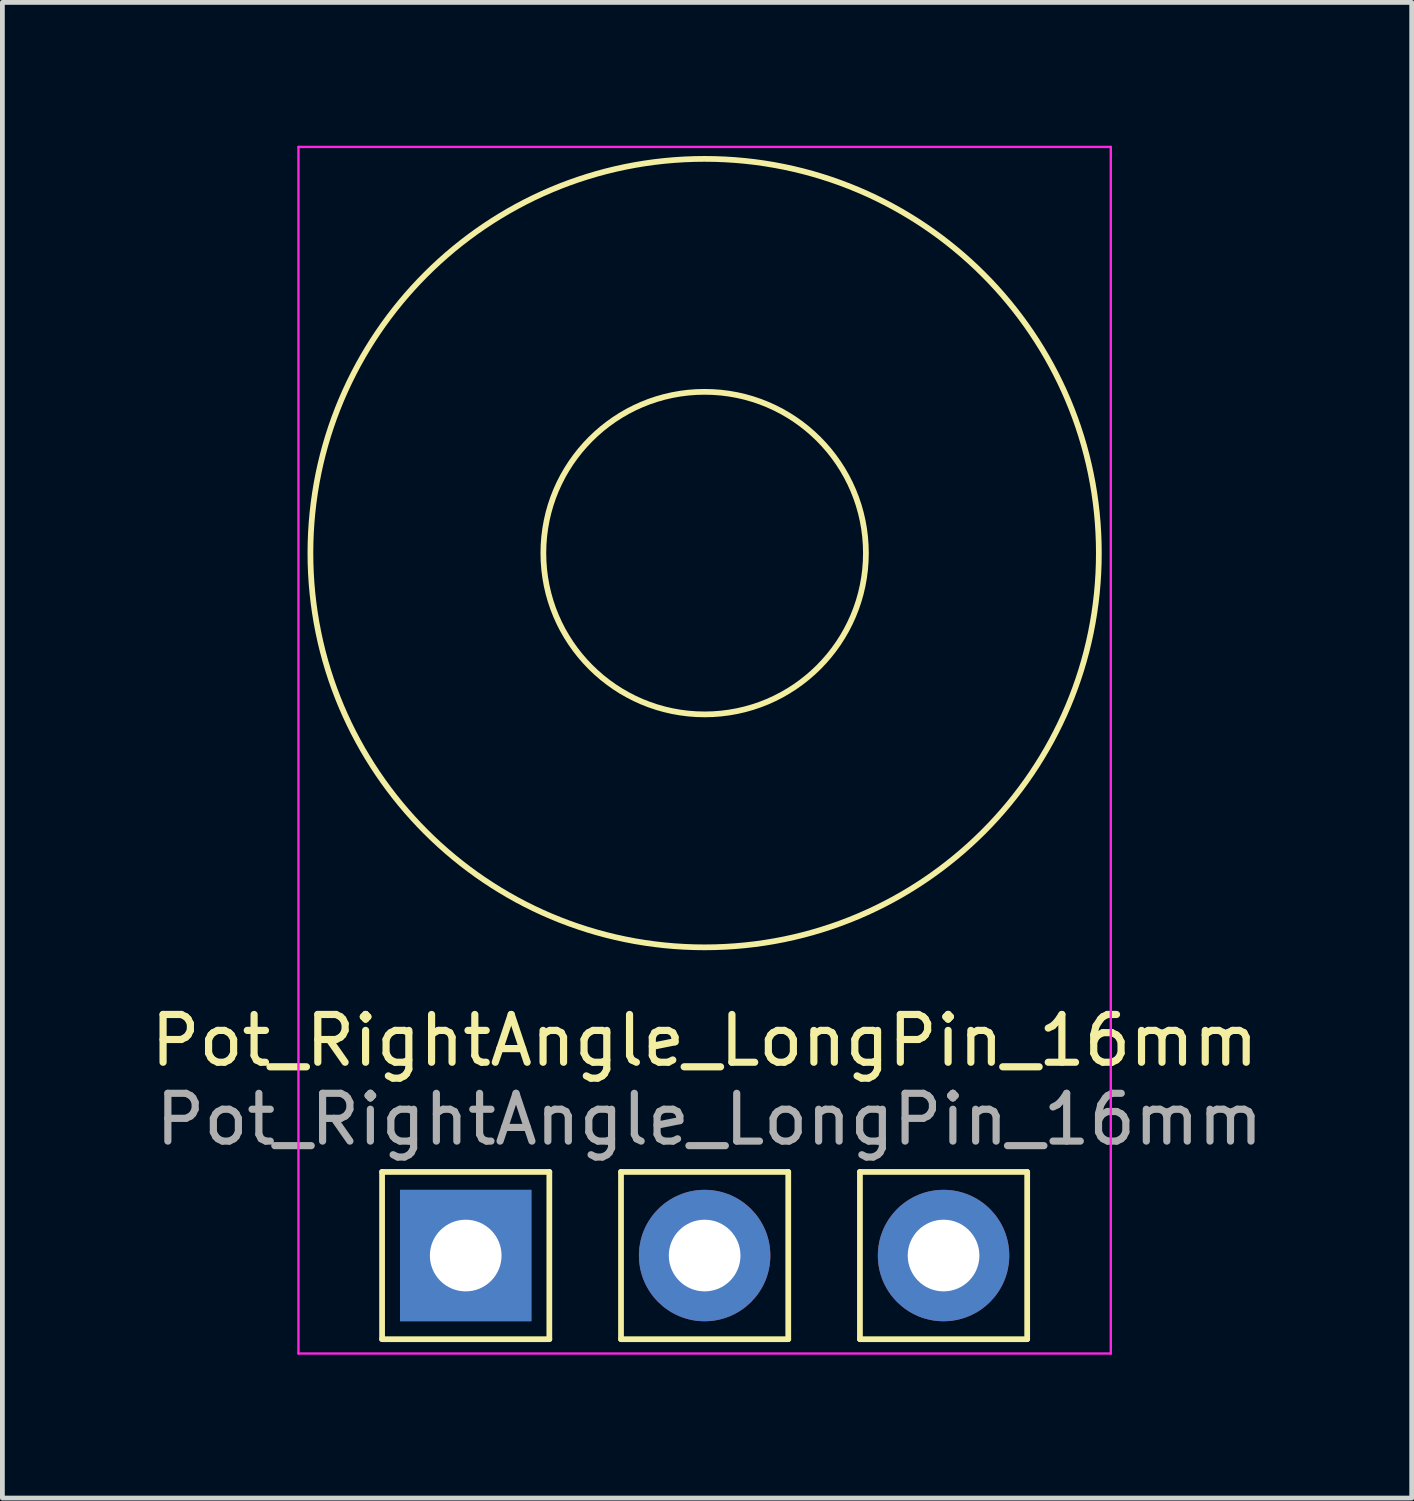
<source format=kicad_pcb>
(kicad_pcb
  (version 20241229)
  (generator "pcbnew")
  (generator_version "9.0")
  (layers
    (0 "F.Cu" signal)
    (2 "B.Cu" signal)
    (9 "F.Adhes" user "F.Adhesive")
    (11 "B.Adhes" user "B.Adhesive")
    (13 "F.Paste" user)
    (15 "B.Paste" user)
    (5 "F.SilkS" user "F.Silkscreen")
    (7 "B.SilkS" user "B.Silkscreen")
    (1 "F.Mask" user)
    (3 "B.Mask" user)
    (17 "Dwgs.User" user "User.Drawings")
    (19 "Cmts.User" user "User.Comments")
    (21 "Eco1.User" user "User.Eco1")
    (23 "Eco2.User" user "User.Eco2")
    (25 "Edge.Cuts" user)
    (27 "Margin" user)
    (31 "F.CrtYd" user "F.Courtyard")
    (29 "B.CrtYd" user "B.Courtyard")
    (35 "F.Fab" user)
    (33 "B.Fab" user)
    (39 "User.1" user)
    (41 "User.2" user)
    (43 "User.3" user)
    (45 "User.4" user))
  (footprint "Pot_RightAngle_LongPin_16mm"
    (layer "F.Cu")
    (at 11.696 24.525)
    (property "Reference" "Pot_RightAngle_LongPin_16mm" (at 0 -5.8 0) (unlocked yes) (layer "F.SilkS") (effects (font (size 1 1) (thickness 0.15))))
    (attr through_hole)
    (fp_line (start -6.75 -3.05) (end -3.25 -3.05) (stroke (width 0.12) (type solid)) (layer "F.SilkS"))
    (fp_line (start -6.75 0.45) (end -6.75 -3.05) (stroke (width 0.12) (type solid)) (layer "F.SilkS"))
    (fp_line (start -3.25 -3.05) (end -3.25 0.45) (stroke (width 0.12) (type solid)) (layer "F.SilkS"))
    (fp_line (start -3.25 0.45) (end -6.75 0.45) (stroke (width 0.12) (type solid)) (layer "F.SilkS"))
    (fp_line (start -1.75 -3.05) (end 1.75 -3.05) (stroke (width 0.12) (type solid)) (layer "F.SilkS"))
    (fp_line (start -1.75 0.45) (end -1.75 -3.05) (stroke (width 0.12) (type solid)) (layer "F.SilkS"))
    (fp_line (start 1.75 -3.05) (end 1.75 0.45) (stroke (width 0.12) (type solid)) (layer "F.SilkS"))
    (fp_line (start 1.75 0.45) (end -1.75 0.45) (stroke (width 0.12) (type solid)) (layer "F.SilkS"))
    (fp_line (start 3.25 -3.05) (end 6.75 -3.05) (stroke (width 0.12) (type solid)) (layer "F.SilkS"))
    (fp_line (start 3.25 0.45) (end 3.25 -3.05) (stroke (width 0.12) (type solid)) (layer "F.SilkS"))
    (fp_line (start 6.75 -3.05) (end 6.75 0.45) (stroke (width 0.12) (type solid)) (layer "F.SilkS"))
    (fp_line (start 6.75 0.45) (end 3.25 0.45) (stroke (width 0.12) (type solid)) (layer "F.SilkS"))
    (fp_circle (center 0 -16) (end 3.375 -16) (stroke (width 0.12) (type solid)) (fill no) (layer "F.SilkS"))
    (fp_circle (center 0 -16) (end 8.25 -16) (stroke (width 0.12) (type solid)) (fill no) (layer "F.SilkS"))
    (fp_line (start -8.5 -24.5) (end 8.5 -24.5) (stroke (width 0.05) (type default)) (layer "F.CrtYd"))
    (fp_line (start -8.5 0.75) (end -8.5 -24.5) (stroke (width 0.05) (type default)) (layer "F.CrtYd"))
    (fp_line (start 8.5 -24.5) (end 8.5 0.75) (stroke (width 0.05) (type default)) (layer "F.CrtYd"))
    (fp_line (start 8.5 0.75) (end -8.5 0.75) (stroke (width 0.05) (type default)) (layer "F.CrtYd"))
    (fp_text user "${REFERENCE}" (at 0.1 -4.15 0) (unlocked yes) (layer "F.Fab") (effects (font (size 1 1) (thickness 0.15))))
    (pad "1" thru_hole rect (at -5 -1.3) (size 2.75 2.75) (drill 1.5) (layers "*.Cu" "*.Mask"))
    (pad "2" thru_hole circle (at 0 -1.3) (size 2.75 2.75) (drill 1.5) (layers "*.Cu" "*.Mask"))
    (pad "3" thru_hole circle (at 5 -1.3) (size 2.75 2.75) (drill 1.5) (layers "*.Cu" "*.Mask")))
  (gr_rect
    (start -3 -3)
    (end 26.493 28.3)
    (stroke (width 0.1) (type default))
    (fill no)
    (layer "Edge.Cuts")))
</source>
